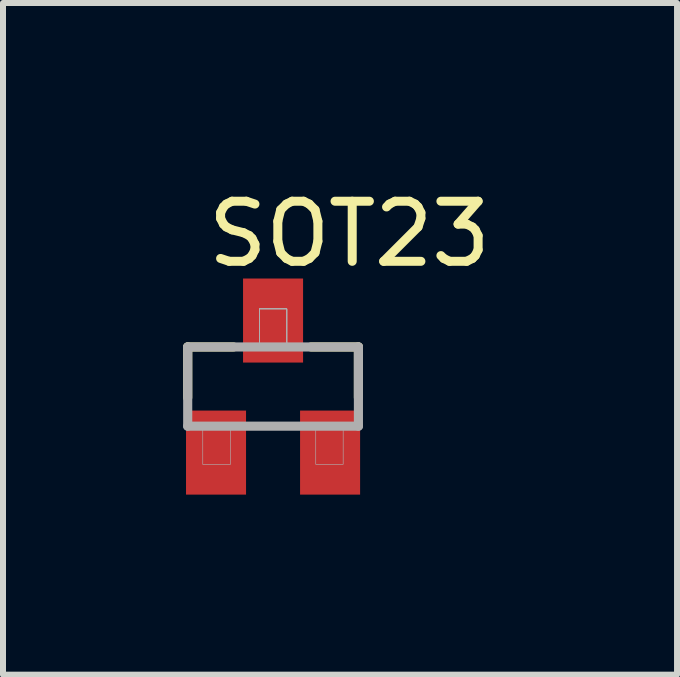
<source format=kicad_pcb>
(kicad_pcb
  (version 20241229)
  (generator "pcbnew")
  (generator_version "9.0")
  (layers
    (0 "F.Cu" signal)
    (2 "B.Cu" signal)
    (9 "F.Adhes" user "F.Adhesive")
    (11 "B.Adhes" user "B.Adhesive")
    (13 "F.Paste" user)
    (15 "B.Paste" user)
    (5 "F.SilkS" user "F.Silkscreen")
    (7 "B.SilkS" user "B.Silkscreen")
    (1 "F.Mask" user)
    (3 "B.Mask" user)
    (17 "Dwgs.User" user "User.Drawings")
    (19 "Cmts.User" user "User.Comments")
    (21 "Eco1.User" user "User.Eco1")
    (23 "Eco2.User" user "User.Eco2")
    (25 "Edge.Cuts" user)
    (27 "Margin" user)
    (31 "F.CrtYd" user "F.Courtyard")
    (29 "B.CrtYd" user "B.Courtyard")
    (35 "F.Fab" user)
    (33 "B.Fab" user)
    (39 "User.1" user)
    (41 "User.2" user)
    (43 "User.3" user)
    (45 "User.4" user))
  (footprint "SOT23"
    (layer "F.Cu")
    (at 1.499 3.39)
    (property "Reference" "SOT23" (at 1.271 -2.542 0) (layer "F.SilkS") (effects (font (size 1.001 1.001) (thickness 0.15))))
    (attr through_hole)
    (fp_line (start -1.422 -0.66) (end -0.658 -0.66) (stroke (width 0.152) (type solid)) (layer "F.SilkS"))
    (fp_line (start -1.422 0.185) (end -1.422 -0.66) (stroke (width 0.152) (type solid)) (layer "F.SilkS"))
    (fp_line (start 0.633 -0.66) (end 1.422 -0.66) (stroke (width 0.152) (type solid)) (layer "F.SilkS"))
    (fp_line (start 1.422 -0.66) (end 1.422 0.185) (stroke (width 0.152) (type solid)) (layer "F.SilkS"))
    (fp_line (start -1.422 -0.66) (end 1.422 -0.66) (stroke (width 0.152) (type solid)) (layer "F.Fab"))
    (fp_line (start -1.422 0.66) (end -1.422 -0.66) (stroke (width 0.152) (type solid)) (layer "F.Fab"))
    (fp_line (start 1.422 -0.66) (end 1.422 0.66) (stroke (width 0.152) (type solid)) (layer "F.Fab"))
    (fp_line (start 1.422 0.66) (end -1.422 0.66) (stroke (width 0.152) (type solid)) (layer "F.Fab"))
    (fp_poly (pts (xy -1.171 0.711) (xy -0.711 0.711) (xy -0.711 1.298) (xy -1.171 1.298)) (stroke (width 0.01) (type solid)) (fill no) (layer "F.Fab"))
    (fp_poly (pts (xy -0.229 -1.295) (xy 0.229 -1.295) (xy 0.229 -0.712) (xy -0.229 -0.712)) (stroke (width 0.01) (type solid)) (fill no) (layer "F.Fab"))
    (fp_poly (pts (xy -0.229 -1.295) (xy 0.229 -1.295) (xy 0.229 -0.712) (xy -0.229 -0.712)) (stroke (width 0.01) (type solid)) (fill no) (layer "F.Fab"))
    (fp_poly (pts (xy -0.229 -1.295) (xy 0.229 -1.295) (xy 0.229 -0.712) (xy -0.229 -0.712)) (stroke (width 0.01) (type solid)) (fill no) (layer "F.Fab"))
    (fp_poly (pts (xy -0.229 -1.295) (xy 0.229 -1.295) (xy 0.229 -0.712) (xy -0.229 -0.712)) (stroke (width 0.01) (type solid)) (fill no) (layer "F.Fab"))
    (fp_poly (pts (xy -0.229 -1.295) (xy 0.229 -1.295) (xy 0.229 -0.712) (xy -0.229 -0.712)) (stroke (width 0.01) (type solid)) (fill no) (layer "F.Fab"))
    (fp_poly (pts (xy -0.229 -1.295) (xy 0.229 -1.295) (xy 0.229 -0.711) (xy -0.229 -0.711)) (stroke (width 0.01) (type solid)) (fill no) (layer "F.Fab"))
    (fp_poly (pts (xy 0.711 0.711) (xy 1.168 0.711) (xy 1.168 1.296) (xy 0.711 1.296)) (stroke (width 0.01) (type solid)) (fill no) (layer "F.Fab"))
    (pad "1" smd rect (at -0.95 1.1) (size 1 1.4) (layers "F.Cu" "F.Mask" "F.Paste"))
    (pad "2" smd rect (at 0.95 1.1) (size 1 1.4) (layers "F.Cu" "F.Mask" "F.Paste"))
    (pad "3" smd rect (at 0 -1.1) (size 1 1.4) (layers "F.Cu" "F.Mask" "F.Paste")))
  (gr_rect
    (start -3 -3)
    (end 8.229 8.19)
    (stroke (width 0.1) (type default))
    (fill no)
    (layer "Edge.Cuts")))
</source>
